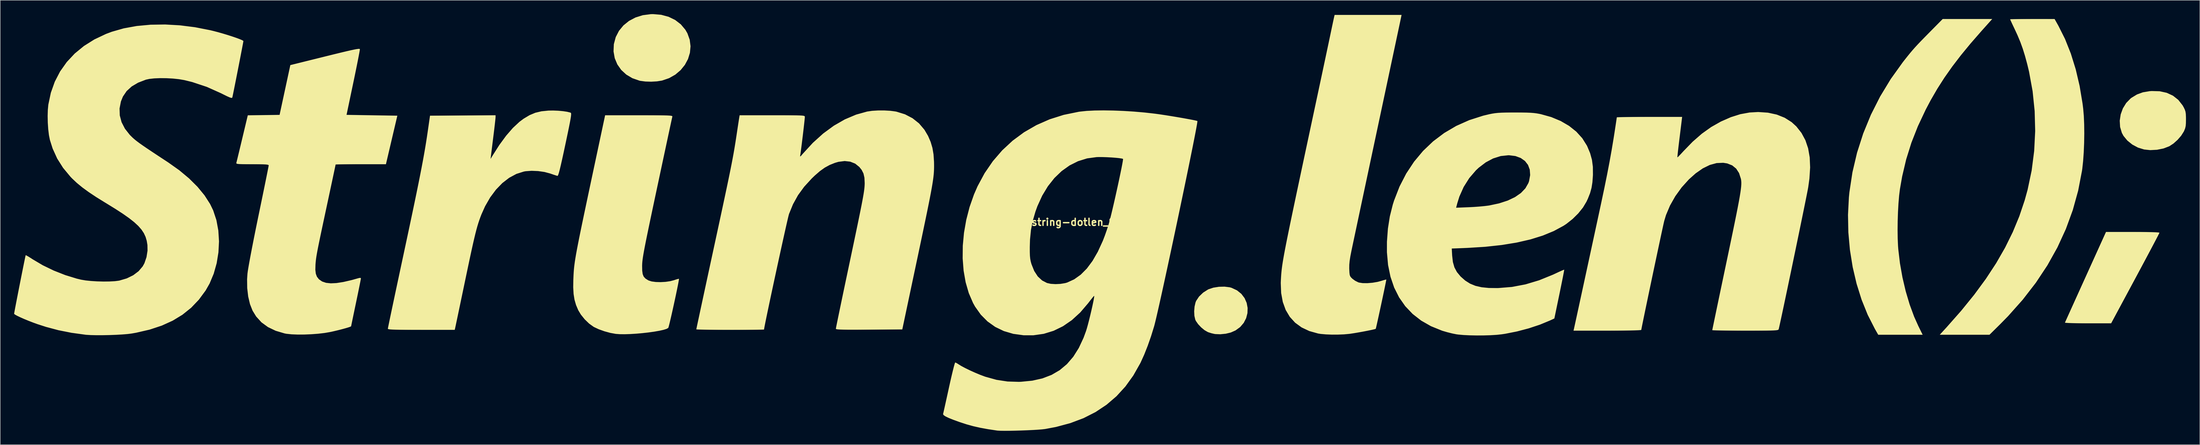
<source format=kicad_pcb>
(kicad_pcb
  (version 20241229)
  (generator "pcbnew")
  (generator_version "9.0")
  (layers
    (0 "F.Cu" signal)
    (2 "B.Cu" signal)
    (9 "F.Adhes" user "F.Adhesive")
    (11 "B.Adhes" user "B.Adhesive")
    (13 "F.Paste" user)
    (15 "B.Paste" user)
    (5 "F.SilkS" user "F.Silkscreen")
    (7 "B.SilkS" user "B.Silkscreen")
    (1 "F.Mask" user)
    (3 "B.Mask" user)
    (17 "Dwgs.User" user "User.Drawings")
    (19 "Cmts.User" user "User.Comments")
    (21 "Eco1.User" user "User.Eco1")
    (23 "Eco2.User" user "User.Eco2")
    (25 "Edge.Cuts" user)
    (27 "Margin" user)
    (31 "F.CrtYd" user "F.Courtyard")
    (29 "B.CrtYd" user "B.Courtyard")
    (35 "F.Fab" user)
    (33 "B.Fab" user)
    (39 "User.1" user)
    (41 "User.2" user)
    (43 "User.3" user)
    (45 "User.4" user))
  (footprint "string-dotlen_90mm_high"
    (layer "F.Cu")
    (at 234.772 44.979)
    (property "Reference" "string-dotlen_90mm_high" (at 0 0 0) (layer "F.SilkS") (effects (font (size 1.524 1.524) (thickness 0.3))))
    (attr board_only exclude_from_pos_files exclude_from_bom)
    (fp_poly (pts (xy -94.916 -44.832) (xy -93.313 -44.403) (xy -91.885 -43.71) (xy -90.665 -42.771) (xy -89.685 -41.606) (xy -89.237 -40.83) (xy -88.737 -39.441) (xy -88.561 -38.025) (xy -88.691 -36.622) (xy -89.105 -35.268) (xy -89.783 -34.005) (xy -90.702 -32.869) (xy -91.844 -31.9) (xy -93.186 -31.137) (xy -94.708 -30.617) (xy -94.737 -30.61) (xy -95.828 -30.436) (xy -97.072 -30.367) (xy -98.318 -30.404) (xy -99.412 -30.548) (xy -99.601 -30.59) (xy -101.13 -31.122) (xy -102.453 -31.908) (xy -103.546 -32.913) (xy -104.384 -34.105) (xy -104.945 -35.448) (xy -105.204 -36.91) (xy -105.139 -38.457) (xy -105.133 -38.498) (xy -104.729 -40.008) (xy -104.03 -41.361) (xy -103.064 -42.534) (xy -101.862 -43.505) (xy -100.454 -44.25) (xy -98.871 -44.745) (xy -97.143 -44.969) (xy -96.661 -44.979)) (stroke (width 0) (type solid)) (fill yes) (layer "F.SilkS"))
    (fp_poly (pts (xy 27.975 14.082) (xy 28.367 14.189) (xy 29.557 14.743) (xy 30.501 15.503) (xy 31.198 16.421) (xy 31.65 17.452) (xy 31.857 18.548) (xy 31.82 19.665) (xy 31.539 20.756) (xy 31.016 21.773) (xy 30.251 22.672) (xy 29.245 23.405) (xy 28.222 23.857) (xy 27.132 24.12) (xy 25.956 24.238) (xy 24.873 24.196) (xy 24.694 24.169) (xy 24.024 24.014) (xy 23.366 23.804) (xy 23.243 23.756) (xy 22.543 23.352) (xy 21.814 22.751) (xy 21.157 22.053) (xy 20.673 21.359) (xy 20.538 21.073) (xy 20.352 20.262) (xy 20.303 19.276) (xy 20.386 18.259) (xy 20.594 17.359) (xy 20.727 17.027) (xy 21.351 16.089) (xy 22.231 15.242) (xy 23.273 14.576) (xy 23.434 14.499) (xy 24.456 14.161) (xy 25.646 13.973) (xy 26.865 13.944)) (stroke (width 0) (type solid)) (fill yes) (layer "F.SilkS"))
    (fp_poly (pts (xy 224.781 2.122) (xy 226.162 2.136) (xy 227.294 2.159) (xy 228.152 2.191) (xy 228.711 2.23) (xy 228.947 2.275) (xy 228.953 2.284) (xy 228.871 2.465) (xy 228.637 2.929) (xy 228.263 3.65) (xy 227.764 4.601) (xy 227.154 5.755) (xy 226.448 7.085) (xy 225.66 8.564) (xy 224.803 10.165) (xy 223.893 11.862) (xy 223.732 12.162) (xy 218.511 21.872) (xy 213.487 21.872) (xy 212.2 21.867) (xy 211.039 21.853) (xy 210.048 21.831) (xy 209.269 21.802) (xy 208.747 21.769) (xy 208.525 21.731) (xy 208.521 21.723) (xy 208.603 21.54) (xy 208.817 21.063) (xy 209.151 20.322) (xy 209.593 19.344) (xy 210.13 18.158) (xy 210.748 16.791) (xy 211.436 15.272) (xy 212.179 13.63) (xy 212.967 11.891) (xy 212.988 11.845) (xy 217.396 2.117) (xy 223.174 2.117)) (stroke (width 0) (type solid)) (fill yes) (layer "F.SilkS"))
    (fp_poly (pts (xy 228.994 -28.301) (xy 230.533 -27.962) (xy 231.88 -27.338) (xy 233.022 -26.437) (xy 233.946 -25.265) (xy 234.2 -24.821) (xy 234.434 -24.336) (xy 234.578 -23.892) (xy 234.654 -23.378) (xy 234.682 -22.68) (xy 234.685 -22.225) (xy 234.672 -21.383) (xy 234.621 -20.776) (xy 234.508 -20.287) (xy 234.313 -19.797) (xy 234.2 -19.56) (xy 233.643 -18.682) (xy 232.868 -17.792) (xy 231.984 -17.001) (xy 231.102 -16.421) (xy 231.082 -16.411) (xy 229.84 -15.934) (xy 228.422 -15.649) (xy 226.96 -15.572) (xy 225.643 -15.709) (xy 224.31 -16.12) (xy 223.076 -16.781) (xy 222.01 -17.641) (xy 221.181 -18.649) (xy 220.825 -19.304) (xy 220.445 -20.582) (xy 220.367 -21.936) (xy 220.573 -23.297) (xy 221.045 -24.596) (xy 221.764 -25.765) (xy 222.71 -26.734) (xy 222.913 -26.889) (xy 224.097 -27.607) (xy 225.367 -28.071) (xy 226.817 -28.316) (xy 227.277 -28.349)) (stroke (width 0) (type solid)) (fill yes) (layer "F.SilkS"))
    (fp_poly (pts (xy 190.501 -41.345) (xy 188.14 -38.64) (xy 186.037 -36.085) (xy 184.157 -33.63) (xy 182.466 -31.227) (xy 180.93 -28.827) (xy 179.515 -26.383) (xy 178.435 -24.342) (xy 176.733 -20.73) (xy 175.333 -17.171) (xy 174.21 -13.585) (xy 173.339 -9.894) (xy 172.856 -7.144) (xy 172.679 -5.714) (xy 172.538 -4.024) (xy 172.434 -2.165) (xy 172.37 -0.226) (xy 172.349 1.702) (xy 172.373 3.527) (xy 172.445 5.158) (xy 172.496 5.829) (xy 172.86 8.892) (xy 173.403 11.954) (xy 174.107 14.945) (xy 174.954 17.794) (xy 175.925 20.432) (xy 176.828 22.445) (xy 177.765 24.342) (xy 168.162 24.342) (xy 167.432 23.063) (xy 165.89 20.037) (xy 164.573 16.775) (xy 163.488 13.319) (xy 162.643 9.712) (xy 162.047 5.997) (xy 161.706 2.217) (xy 161.63 -1.588) (xy 161.825 -5.373) (xy 161.935 -6.471) (xy 162.591 -10.787) (xy 163.589 -15.029) (xy 164.922 -19.18) (xy 166.584 -23.227) (xy 168.57 -27.154) (xy 170.872 -30.947) (xy 173.485 -34.591) (xy 173.815 -35.012) (xy 174.469 -35.835) (xy 175.037 -36.535) (xy 175.568 -37.165) (xy 176.109 -37.778) (xy 176.708 -38.427) (xy 177.413 -39.166) (xy 178.272 -40.046) (xy 179.332 -41.122) (xy 179.352 -41.143) (xy 182.098 -43.921) (xy 192.807 -43.921)) (stroke (width 0) (type solid)) (fill yes) (layer "F.SilkS"))
    (fp_poly (pts (xy 201.48 -43.92) (xy 206.287 -43.919) (xy 207.105 -42.464) (xy 208.545 -39.594) (xy 209.796 -36.45) (xy 210.849 -33.062) (xy 211.695 -29.458) (xy 212.326 -25.668) (xy 212.47 -24.518) (xy 212.604 -22.952) (xy 212.681 -21.133) (xy 212.703 -19.155) (xy 212.671 -17.113) (xy 212.587 -15.102) (xy 212.454 -13.216) (xy 212.273 -11.55) (xy 212.211 -11.112) (xy 211.379 -6.801) (xy 210.217 -2.603) (xy 208.724 1.482) (xy 206.898 5.458) (xy 204.738 9.326) (xy 202.243 13.089) (xy 199.412 16.75) (xy 196.244 20.309) (xy 194.581 22.005) (xy 192.217 24.342) (xy 181.466 24.342) (xy 182.94 22.733) (xy 186.09 19.165) (xy 188.917 15.681) (xy 191.433 12.257) (xy 193.652 8.873) (xy 195.588 5.505) (xy 197.252 2.131) (xy 198.66 -1.271) (xy 199.822 -4.724) (xy 200.456 -7.018) (xy 201.33 -11.17) (xy 201.875 -15.413) (xy 202.091 -19.706) (xy 201.978 -24.013) (xy 201.537 -28.296) (xy 200.768 -32.517) (xy 200.385 -34.112) (xy 199.897 -35.919) (xy 199.408 -37.495) (xy 198.878 -38.958) (xy 198.262 -40.428) (xy 197.635 -41.782) (xy 197.271 -42.546) (xy 196.971 -43.187) (xy 196.762 -43.642) (xy 196.675 -43.849) (xy 196.674 -43.854) (xy 196.842 -43.872) (xy 197.319 -43.887) (xy 198.058 -43.901) (xy 199.013 -43.911) (xy 200.141 -43.917) (xy 201.395 -43.92)) (stroke (width 0) (type solid)) (fill yes) (layer "F.SilkS"))
    (fp_poly (pts (xy -97.915 -23.106) (xy -96.439 -23.103) (xy -95.252 -23.096) (xy -94.326 -23.085) (xy -93.629 -23.067) (xy -93.129 -23.041) (xy -92.796 -23.007) (xy -92.598 -22.962) (xy -92.506 -22.906) (xy -92.487 -22.836) (xy -92.495 -22.798) (xy -92.544 -22.583) (xy -92.662 -22.048) (xy -92.841 -21.219) (xy -93.078 -20.12) (xy -93.367 -18.779) (xy -93.701 -17.219) (xy -94.076 -15.466) (xy -94.487 -13.546) (xy -94.927 -11.484) (xy -95.391 -9.306) (xy -95.796 -7.408) (xy -96.362 -4.747) (xy -96.858 -2.406) (xy -97.288 -0.363) (xy -97.658 1.408) (xy -97.972 2.928) (xy -98.235 4.223) (xy -98.45 5.317) (xy -98.623 6.232) (xy -98.757 6.994) (xy -98.859 7.625) (xy -98.931 8.149) (xy -98.98 8.592) (xy -99.008 8.975) (xy -99.022 9.324) (xy -99.024 9.467) (xy -99.006 10.485) (xy -98.904 11.228) (xy -98.688 11.767) (xy -98.323 12.177) (xy -97.778 12.529) (xy -97.62 12.612) (xy -96.968 12.82) (xy -96.074 12.938) (xy -95.04 12.967) (xy -93.965 12.908) (xy -92.95 12.762) (xy -92.167 12.557) (xy -91.615 12.375) (xy -91.215 12.263) (xy -91.063 12.242) (xy -91.075 12.432) (xy -91.155 12.913) (xy -91.293 13.636) (xy -91.477 14.548) (xy -91.695 15.599) (xy -91.938 16.737) (xy -92.193 17.911) (xy -92.449 19.069) (xy -92.695 20.161) (xy -92.921 21.134) (xy -93.114 21.938) (xy -93.264 22.522) (xy -93.359 22.833) (xy -93.378 22.868) (xy -93.742 23.074) (xy -94.405 23.281) (xy -95.31 23.482) (xy -96.404 23.672) (xy -97.632 23.844) (xy -98.938 23.992) (xy -100.269 24.11) (xy -101.568 24.192) (xy -102.782 24.231) (xy -103.855 24.221) (xy -104.729 24.156) (xy -105.914 23.94) (xy -107.185 23.591) (xy -108.4 23.156) (xy -109.42 22.678) (xy -109.518 22.623) (xy -110.484 21.93) (xy -111.435 21.012) (xy -112.266 19.983) (xy -112.828 19.046) (xy -113.308 17.919) (xy -113.64 16.772) (xy -113.839 15.525) (xy -113.918 14.094) (xy -113.896 12.543) (xy -113.872 11.949) (xy -113.848 11.397) (xy -113.817 10.865) (xy -113.778 10.333) (xy -113.725 9.78) (xy -113.655 9.186) (xy -113.565 8.531) (xy -113.45 7.794) (xy -113.307 6.954) (xy -113.131 5.99) (xy -112.919 4.883) (xy -112.668 3.611) (xy -112.373 2.154) (xy -112.03 0.492) (xy -111.636 -1.397) (xy -111.186 -3.532) (xy -110.678 -5.935) (xy -110.107 -8.625) (xy -109.469 -11.624) (xy -108.921 -14.199) (xy -108.572 -15.838) (xy -108.243 -17.384) (xy -107.941 -18.799) (xy -107.676 -20.048) (xy -107.453 -21.093) (xy -107.282 -21.896) (xy -107.17 -22.423) (xy -107.127 -22.622) (xy -107.024 -23.107) (xy -99.714 -23.107)) (stroke (width 0) (type solid)) (fill yes) (layer "F.SilkS"))
    (fp_poly (pts (xy -117.169 -24.09) (xy -116.123 -23.995) (xy -115.215 -23.858) (xy -114.545 -23.689) (xy -114.473 -23.662) (xy -114.407 -23.602) (xy -114.371 -23.466) (xy -114.371 -23.221) (xy -114.412 -22.838) (xy -114.5 -22.283) (xy -114.64 -21.526) (xy -114.836 -20.535) (xy -115.095 -19.28) (xy -115.421 -17.728) (xy -115.627 -16.757) (xy -116.013 -14.951) (xy -116.338 -13.468) (xy -116.607 -12.283) (xy -116.826 -11.374) (xy -117.002 -10.715) (xy -117.14 -10.284) (xy -117.246 -10.055) (xy -117.316 -10.004) (xy -117.592 -10.078) (xy -118.1 -10.242) (xy -118.741 -10.462) (xy -118.886 -10.513) (xy -120.114 -10.843) (xy -121.506 -11.043) (xy -122.918 -11.102) (xy -124.208 -11.009) (xy -124.578 -10.945) (xy -126.197 -10.433) (xy -127.759 -9.593) (xy -129.241 -8.449) (xy -130.619 -7.025) (xy -131.871 -5.343) (xy -132.972 -3.429) (xy -133.756 -1.676) (xy -133.993 -1.061) (xy -134.214 -0.45) (xy -134.426 0.188) (xy -134.638 0.884) (xy -134.856 1.67) (xy -135.088 2.576) (xy -135.342 3.635) (xy -135.626 4.876) (xy -135.948 6.333) (xy -136.315 8.035) (xy -136.734 10.015) (xy -137.214 12.303) (xy -137.316 12.788) (xy -137.694 14.598) (xy -138.053 16.311) (xy -138.385 17.897) (xy -138.684 19.321) (xy -138.942 20.552) (xy -139.154 21.558) (xy -139.312 22.304) (xy -139.409 22.76) (xy -139.437 22.886) (xy -139.53 23.283) (xy -146.759 23.283) (xy -148.586 23.282) (xy -150.09 23.276) (xy -151.299 23.265) (xy -152.242 23.248) (xy -152.949 23.225) (xy -153.448 23.193) (xy -153.768 23.153) (xy -153.938 23.103) (xy -153.988 23.043) (xy -153.951 22.838) (xy -153.846 22.314) (xy -153.677 21.494) (xy -153.45 20.404) (xy -153.169 19.068) (xy -152.84 17.511) (xy -152.469 15.758) (xy -152.06 13.833) (xy -151.618 11.762) (xy -151.15 9.569) (xy -150.659 7.279) (xy -150.645 7.212) (xy -149.935 3.891) (xy -149.296 0.889) (xy -148.723 -1.819) (xy -148.212 -4.26) (xy -147.757 -6.458) (xy -147.354 -8.44) (xy -146.997 -10.231) (xy -146.681 -11.856) (xy -146.401 -13.341) (xy -146.153 -14.711) (xy -145.931 -15.992) (xy -145.73 -17.21) (xy -145.546 -18.39) (xy -145.373 -19.558) (xy -145.357 -19.667) (xy -144.874 -23.019) (xy -130.704 -23.111) (xy -130.706 -22.712) (xy -130.727 -22.418) (xy -130.787 -21.835) (xy -130.878 -21.025) (xy -130.993 -20.049) (xy -131.125 -18.968) (xy -131.137 -18.874) (xy -131.278 -17.745) (xy -131.411 -16.676) (xy -131.528 -15.739) (xy -131.618 -15.007) (xy -131.674 -14.553) (xy -131.674 -14.552) (xy -131.781 -13.67) (xy -131.375 -14.351) (xy -129.89 -16.685) (xy -128.417 -18.693) (xy -126.963 -20.366) (xy -125.532 -21.699) (xy -124.621 -22.377) (xy -123.347 -23.136) (xy -122.112 -23.652) (xy -120.793 -23.966) (xy -119.278 -24.118) (xy -118.254 -24.134)) (stroke (width 0) (type solid)) (fill yes) (layer "F.SilkS"))
    (fp_poly (pts (xy 65.033 -44.318) (xy 64.986 -44.09) (xy 64.868 -43.537) (xy 64.687 -42.679) (xy 64.444 -41.538) (xy 64.145 -40.132) (xy 63.795 -38.482) (xy 63.396 -36.609) (xy 62.955 -34.532) (xy 62.474 -32.272) (xy 61.959 -29.85) (xy 61.413 -27.284) (xy 60.841 -24.596) (xy 60.247 -21.806) (xy 59.886 -20.108) (xy 59.272 -17.224) (xy 58.672 -14.403) (xy 58.09 -11.668) (xy 57.531 -9.041) (xy 57 -6.545) (xy 56.502 -4.203) (xy 56.042 -2.037) (xy 55.624 -0.069) (xy 55.254 1.677) (xy 54.935 3.178) (xy 54.673 4.413) (xy 54.473 5.359) (xy 54.34 5.993) (xy 54.302 6.174) (xy 54.061 7.399) (xy 53.908 8.379) (xy 53.832 9.209) (xy 53.82 9.983) (xy 53.827 10.2) (xy 53.864 10.926) (xy 53.923 11.4) (xy 54.041 11.722) (xy 54.252 11.993) (xy 54.534 12.262) (xy 55.1 12.674) (xy 55.741 12.995) (xy 55.945 13.063) (xy 56.736 13.181) (xy 57.743 13.19) (xy 58.848 13.099) (xy 59.934 12.916) (xy 60.67 12.723) (xy 61.244 12.547) (xy 61.662 12.43) (xy 61.835 12.398) (xy 61.835 12.398) (xy 61.809 12.577) (xy 61.718 13.049) (xy 61.573 13.763) (xy 61.386 14.669) (xy 61.166 15.715) (xy 60.925 16.85) (xy 60.674 18.024) (xy 60.423 19.185) (xy 60.184 20.282) (xy 59.968 21.264) (xy 59.786 22.08) (xy 59.648 22.68) (xy 59.565 23.011) (xy 59.549 23.06) (xy 59.339 23.134) (xy 58.85 23.251) (xy 58.152 23.4) (xy 57.314 23.566) (xy 56.405 23.736) (xy 55.494 23.897) (xy 54.65 24.036) (xy 53.944 24.139) (xy 53.803 24.158) (xy 52.647 24.261) (xy 51.352 24.312) (xy 50.022 24.314) (xy 48.763 24.265) (xy 47.678 24.169) (xy 47.096 24.078) (xy 45.187 23.543) (xy 43.527 22.76) (xy 42.121 21.735) (xy 40.972 20.473) (xy 40.083 18.979) (xy 39.46 17.259) (xy 39.104 15.319) (xy 39.021 13.163) (xy 39.042 12.612) (xy 39.067 12.139) (xy 39.094 11.687) (xy 39.126 11.24) (xy 39.166 10.783) (xy 39.216 10.3) (xy 39.281 9.776) (xy 39.362 9.194) (xy 39.464 8.539) (xy 39.59 7.796) (xy 39.741 6.948) (xy 39.922 5.98) (xy 40.136 4.876) (xy 40.385 3.62) (xy 40.674 2.197) (xy 41.004 0.591) (xy 41.379 -1.213) (xy 41.802 -3.232) (xy 42.276 -5.481) (xy 42.805 -7.976) (xy 43.391 -10.732) (xy 44.037 -13.765) (xy 44.747 -17.091) (xy 45.523 -20.726) (xy 46.369 -24.685) (xy 46.654 -26.017) (xy 47.08 -28.01) (xy 47.508 -30.015) (xy 47.928 -31.985) (xy 48.329 -33.873) (xy 48.703 -35.63) (xy 49.038 -37.211) (xy 49.326 -38.568) (xy 49.555 -39.654) (xy 49.655 -40.128) (xy 49.895 -41.274) (xy 50.116 -42.321) (xy 50.306 -43.215) (xy 50.453 -43.899) (xy 50.545 -44.319) (xy 50.565 -44.406) (xy 50.662 -44.803) (xy 65.132 -44.803)) (stroke (width 0) (type solid)) (fill yes) (layer "F.SilkS"))
    (fp_poly (pts (xy 91.065 -23.703) (xy 92.151 -23.686) (xy 93.019 -23.65) (xy 93.738 -23.593) (xy 94.375 -23.51) (xy 94.998 -23.396) (xy 95.251 -23.342) (xy 97.492 -22.716) (xy 99.53 -21.866) (xy 101.343 -20.81) (xy 102.904 -19.564) (xy 104.192 -18.145) (xy 105.182 -16.569) (xy 105.274 -16.381) (xy 105.893 -14.901) (xy 106.288 -13.469) (xy 106.483 -11.966) (xy 106.499 -10.276) (xy 106.491 -10.083) (xy 106.388 -8.64) (xy 106.194 -7.415) (xy 105.88 -6.275) (xy 105.411 -5.091) (xy 105.103 -4.429) (xy 104.35 -3.169) (xy 103.329 -1.898) (xy 102.11 -0.693) (xy 100.767 0.371) (xy 100.136 0.787) (xy 98.037 1.92) (xy 95.659 2.9) (xy 92.995 3.729) (xy 90.039 4.409) (xy 86.782 4.941) (xy 83.217 5.327) (xy 79.338 5.569) (xy 79.042 5.581) (xy 75.983 5.701) (xy 76.066 7.216) (xy 76.224 8.615) (xy 76.555 9.774) (xy 77.092 10.782) (xy 77.872 11.724) (xy 77.938 11.791) (xy 78.903 12.641) (xy 79.94 13.295) (xy 81.097 13.768) (xy 82.427 14.074) (xy 83.981 14.23) (xy 85.809 14.25) (xy 86.078 14.243) (xy 89.007 14.004) (xy 91.924 13.449) (xy 94.861 12.569) (xy 97.848 11.358) (xy 98.408 11.097) (xy 99.135 10.758) (xy 99.734 10.489) (xy 100.141 10.319) (xy 100.291 10.274) (xy 100.268 10.451) (xy 100.181 10.932) (xy 100.039 11.673) (xy 99.849 12.632) (xy 99.62 13.767) (xy 99.36 15.035) (xy 99.249 15.572) (xy 98.159 20.822) (xy 97.225 21.255) (xy 95.04 22.157) (xy 92.622 22.958) (xy 90.088 23.627) (xy 87.55 24.129) (xy 86.751 24.25) (xy 85.648 24.366) (xy 84.321 24.446) (xy 82.857 24.489) (xy 81.346 24.496) (xy 79.875 24.467) (xy 78.532 24.402) (xy 77.405 24.302) (xy 76.929 24.235) (xy 76.045 24.055) (xy 75.021 23.798) (xy 74.048 23.515) (xy 73.843 23.448) (xy 71.485 22.491) (xy 69.378 21.289) (xy 67.526 19.847) (xy 65.931 18.172) (xy 64.599 16.269) (xy 63.533 14.145) (xy 62.736 11.806) (xy 62.213 9.259) (xy 61.967 6.508) (xy 61.97 4.233) (xy 62.18 1.399) (xy 62.594 -1.238) (xy 63.066 -3.121) (xy 76.925 -3.121) (xy 79.693 -3.231) (xy 80.813 -3.289) (xy 81.965 -3.374) (xy 83.031 -3.474) (xy 83.896 -3.581) (xy 84.094 -3.611) (xy 86.222 -4.064) (xy 88.077 -4.667) (xy 89.648 -5.413) (xy 90.923 -6.296) (xy 91.891 -7.308) (xy 92.54 -8.442) (xy 92.694 -8.878) (xy 92.928 -10.175) (xy 92.844 -11.348) (xy 92.463 -12.372) (xy 91.806 -13.222) (xy 90.892 -13.87) (xy 89.744 -14.292) (xy 88.381 -14.462) (xy 88.199 -14.464) (xy 86.557 -14.29) (xy 84.928 -13.775) (xy 83.338 -12.932) (xy 81.814 -11.774) (xy 81.212 -11.209) (xy 79.766 -9.528) (xy 78.561 -7.618) (xy 77.63 -5.537) (xy 77.182 -4.104) (xy 76.925 -3.121) (xy 63.066 -3.121) (xy 63.23 -3.776) (xy 63.514 -4.674) (xy 64.691 -7.7) (xy 66.134 -10.502) (xy 67.831 -13.07) (xy 69.773 -15.394) (xy 71.948 -17.465) (xy 74.346 -19.272) (xy 76.956 -20.807) (xy 79.768 -22.059) (xy 82.77 -23.019) (xy 84.038 -23.323) (xy 84.696 -23.456) (xy 85.322 -23.555) (xy 85.986 -23.625) (xy 86.757 -23.67) (xy 87.703 -23.696) (xy 88.894 -23.707) (xy 89.694 -23.708)) (stroke (width 0) (type solid)) (fill yes) (layer "F.SilkS"))
    (fp_poly (pts (xy -160.125 -37.463) (xy -160.037 -37.419) (xy -160.032 -37.402) (xy -160.058 -37.174) (xy -160.15 -36.641) (xy -160.301 -35.838) (xy -160.502 -34.805) (xy -160.748 -33.581) (xy -161.029 -32.202) (xy -161.338 -30.708) (xy -161.452 -30.163) (xy -162.915 -23.195) (xy -157.425 -23.107) (xy -151.936 -23.019) (xy -153.169 -17.771) (xy -154.402 -12.524) (xy -159.839 -12.524) (xy -161.184 -12.522) (xy -162.407 -12.516) (xy -163.467 -12.507) (xy -164.321 -12.496) (xy -164.927 -12.483) (xy -165.241 -12.468) (xy -165.276 -12.461) (xy -165.312 -12.281) (xy -165.415 -11.79) (xy -165.578 -11.021) (xy -165.793 -10.009) (xy -166.053 -8.786) (xy -166.352 -7.387) (xy -166.682 -5.845) (xy -167.035 -4.194) (xy -167.05 -4.126) (xy -167.538 -1.847) (xy -167.958 0.117) (xy -168.314 1.793) (xy -168.613 3.211) (xy -168.859 4.4) (xy -169.059 5.388) (xy -169.218 6.205) (xy -169.341 6.879) (xy -169.435 7.438) (xy -169.504 7.913) (xy -169.555 8.332) (xy -169.593 8.723) (xy -169.624 9.116) (xy -169.629 9.185) (xy -169.659 10.296) (xy -169.56 11.142) (xy -169.317 11.794) (xy -168.91 12.319) (xy -168.844 12.382) (xy -168.186 12.834) (xy -167.353 13.116) (xy -166.323 13.227) (xy -165.074 13.166) (xy -163.582 12.932) (xy -161.825 12.525) (xy -160.205 12.071) (xy -159.884 12.046) (xy -159.808 12.154) (xy -159.843 12.372) (xy -159.942 12.89) (xy -160.096 13.664) (xy -160.296 14.647) (xy -160.532 15.796) (xy -160.796 17.064) (xy -160.867 17.403) (xy -161.135 18.687) (xy -161.379 19.854) (xy -161.588 20.861) (xy -161.755 21.665) (xy -161.869 22.223) (xy -161.922 22.491) (xy -161.925 22.508) (xy -162.087 22.601) (xy -162.529 22.754) (xy -163.19 22.95) (xy -164.006 23.172) (xy -164.914 23.401) (xy -165.851 23.621) (xy -166.421 23.746) (xy -167.641 23.957) (xy -169.041 24.121) (xy -170.537 24.234) (xy -172.049 24.296) (xy -173.497 24.302) (xy -174.799 24.25) (xy -175.875 24.138) (xy -176.29 24.062) (xy -178.232 23.486) (xy -179.904 22.685) (xy -181.31 21.656) (xy -182.454 20.397) (xy -183.23 19.133) (xy -183.785 17.728) (xy -184.174 16.081) (xy -184.387 14.263) (xy -184.414 12.349) (xy -184.331 11.125) (xy -184.254 10.557) (xy -184.111 9.679) (xy -183.906 8.525) (xy -183.648 7.132) (xy -183.342 5.534) (xy -182.996 3.765) (xy -182.616 1.861) (xy -182.208 -0.143) (xy -181.933 -1.476) (xy -181.543 -3.359) (xy -181.175 -5.142) (xy -180.835 -6.796) (xy -180.53 -8.288) (xy -180.266 -9.59) (xy -180.049 -10.67) (xy -179.885 -11.498) (xy -179.78 -12.044) (xy -179.74 -12.276) (xy -179.74 -12.28) (xy -179.798 -12.365) (xy -179.997 -12.428) (xy -180.379 -12.473) (xy -180.985 -12.502) (xy -181.854 -12.518) (xy -183.028 -12.523) (xy -183.28 -12.524) (xy -184.482 -12.526) (xy -185.375 -12.534) (xy -186.003 -12.553) (xy -186.409 -12.586) (xy -186.638 -12.637) (xy -186.732 -12.71) (xy -186.736 -12.81) (xy -186.73 -12.832) (xy -186.668 -13.078) (xy -186.534 -13.621) (xy -186.342 -14.414) (xy -186.101 -15.412) (xy -185.823 -16.568) (xy -185.519 -17.836) (xy -185.451 -18.12) (xy -184.261 -23.1) (xy -180.825 -23.147) (xy -177.388 -23.195) (xy -176.227 -28.575) (xy -175.066 -33.955) (xy -167.569 -35.814) (xy -165.729 -36.269) (xy -164.203 -36.641) (xy -162.965 -36.936) (xy -161.986 -37.161) (xy -161.24 -37.32) (xy -160.699 -37.419) (xy -160.337 -37.465)) (stroke (width 0) (type solid)) (fill yes) (layer "F.SilkS"))
    (fp_poly (pts (xy -198.938 -42.553) (xy -195.667 -42.141) (xy -192.387 -41.497) (xy -191.752 -41.345) (xy -190.729 -41.079) (xy -189.658 -40.775) (xy -188.592 -40.453) (xy -187.585 -40.129) (xy -186.69 -39.822) (xy -185.961 -39.549) (xy -185.453 -39.329) (xy -185.218 -39.18) (xy -185.208 -39.157) (xy -185.241 -38.951) (xy -185.334 -38.449) (xy -185.476 -37.698) (xy -185.659 -36.747) (xy -185.872 -35.645) (xy -186.107 -34.441) (xy -186.354 -33.183) (xy -186.602 -31.92) (xy -186.843 -30.701) (xy -187.067 -29.575) (xy -187.265 -28.589) (xy -187.426 -27.794) (xy -187.541 -27.238) (xy -187.602 -26.969) (xy -187.604 -26.96) (xy -187.684 -26.869) (xy -187.873 -26.872) (xy -188.216 -26.986) (xy -188.759 -27.229) (xy -189.545 -27.615) (xy -190.025 -27.858) (xy -193.107 -29.24) (xy -196.274 -30.291) (xy -197.997 -30.714) (xy -199.149 -30.91) (xy -200.454 -31.047) (xy -201.827 -31.122) (xy -203.186 -31.135) (xy -204.444 -31.086) (xy -205.518 -30.972) (xy -206.278 -30.809) (xy -207.969 -30.157) (xy -209.355 -29.338) (xy -210.445 -28.342) (xy -211.247 -27.162) (xy -211.683 -26.095) (xy -211.981 -24.577) (xy -211.932 -23.077) (xy -211.542 -21.612) (xy -210.816 -20.201) (xy -209.761 -18.861) (xy -209.197 -18.303) (xy -208.872 -18.011) (xy -208.514 -17.712) (xy -208.092 -17.383) (xy -207.575 -17.003) (xy -206.934 -16.552) (xy -206.138 -16.007) (xy -205.156 -15.349) (xy -203.958 -14.555) (xy -202.514 -13.604) (xy -201.436 -12.896) (xy -199.059 -11.211) (xy -196.95 -9.452) (xy -195.127 -7.639) (xy -193.608 -5.791) (xy -192.41 -3.926) (xy -191.74 -2.543) (xy -191.045 -0.442) (xy -190.629 1.811) (xy -190.484 4.155) (xy -190.606 6.532) (xy -190.988 8.882) (xy -191.626 11.146) (xy -192.513 13.265) (xy -193.373 14.776) (xy -194.834 16.758) (xy -196.496 18.499) (xy -198.376 20.008) (xy -200.488 21.294) (xy -202.85 22.365) (xy -205.476 23.232) (xy -208.383 23.903) (xy -209.374 24.078) (xy -210.261 24.189) (xy -211.415 24.283) (xy -212.749 24.358) (xy -214.179 24.411) (xy -215.619 24.439) (xy -216.985 24.441) (xy -218.191 24.415) (xy -219.152 24.358) (xy -219.34 24.339) (xy -222.359 23.924) (xy -225.166 23.368) (xy -227.882 22.645) (xy -229.699 22.058) (xy -230.684 21.703) (xy -231.674 21.319) (xy -232.614 20.931) (xy -233.449 20.562) (xy -234.123 20.239) (xy -234.582 19.984) (xy -234.77 19.822) (xy -234.772 19.811) (xy -234.738 19.593) (xy -234.645 19.081) (xy -234.503 18.323) (xy -234.319 17.366) (xy -234.104 16.257) (xy -233.867 15.042) (xy -233.617 13.771) (xy -233.363 12.488) (xy -233.116 11.242) (xy -232.883 10.079) (xy -232.675 9.046) (xy -232.5 8.192) (xy -232.368 7.562) (xy -232.289 7.204) (xy -232.27 7.139) (xy -232.107 7.203) (xy -231.715 7.426) (xy -231.161 7.77) (xy -230.713 8.06) (xy -228.569 9.326) (xy -226.197 10.472) (xy -223.714 11.449) (xy -221.237 12.209) (xy -220.31 12.433) (xy -219.336 12.598) (xy -218.142 12.722) (xy -216.823 12.803) (xy -215.468 12.839) (xy -214.172 12.826) (xy -213.027 12.765) (xy -212.124 12.651) (xy -212.019 12.63) (xy -210.416 12.158) (xy -209.02 11.474) (xy -207.865 10.602) (xy -206.985 9.567) (xy -206.61 8.892) (xy -206.155 7.57) (xy -205.933 6.164) (xy -205.954 4.939) (xy -206.106 4.027) (xy -206.357 3.183) (xy -206.729 2.382) (xy -207.247 1.601) (xy -207.935 0.815) (xy -208.817 0.000306) (xy -209.917 -0.867) (xy -211.259 -1.812) (xy -212.867 -2.857) (xy -214.765 -4.027) (xy -215.105 -4.232) (xy -217.023 -5.42) (xy -218.656 -6.506) (xy -220.044 -7.521) (xy -221.229 -8.495) (xy -222.252 -9.46) (xy -222.589 -9.811) (xy -224.187 -11.735) (xy -225.463 -13.753) (xy -226.445 -15.914) (xy -227.038 -17.784) (xy -227.245 -18.822) (xy -227.398 -20.099) (xy -227.492 -21.508) (xy -227.522 -22.94) (xy -227.483 -24.286) (xy -227.374 -25.42) (xy -226.832 -27.972) (xy -225.982 -30.363) (xy -224.832 -32.581) (xy -223.392 -34.614) (xy -221.672 -36.452) (xy -219.682 -38.084) (xy -217.432 -39.498) (xy -214.931 -40.683) (xy -213.647 -41.166) (xy -211.069 -41.902) (xy -208.266 -42.41) (xy -205.281 -42.688) (xy -202.157 -42.736)) (stroke (width 0) (type solid)) (fill yes) (layer "F.SilkS"))
    (fp_poly (pts (xy 144.311 -23.672) (xy 146.229 -23.256) (xy 147.946 -22.57) (xy 149.447 -21.621) (xy 150.466 -20.691) (xy 151.572 -19.29) (xy 152.42 -17.718) (xy 153.013 -15.961) (xy 153.354 -14.004) (xy 153.446 -11.83) (xy 153.292 -9.424) (xy 153.037 -7.579) (xy 152.955 -7.127) (xy 152.809 -6.375) (xy 152.606 -5.353) (xy 152.352 -4.094) (xy 152.055 -2.629) (xy 151.72 -0.989) (xy 151.354 0.794) (xy 150.964 2.688) (xy 150.556 4.661) (xy 150.137 6.683) (xy 149.713 8.721) (xy 149.292 10.744) (xy 148.878 12.719) (xy 148.481 14.617) (xy 148.104 16.404) (xy 147.757 18.05) (xy 147.444 19.523) (xy 147.172 20.791) (xy 146.949 21.822) (xy 146.78 22.585) (xy 146.672 23.048) (xy 146.645 23.151) (xy 146.603 23.228) (xy 146.506 23.291) (xy 146.32 23.342) (xy 146.013 23.381) (xy 145.555 23.41) (xy 144.911 23.432) (xy 144.051 23.446) (xy 142.941 23.454) (xy 141.551 23.458) (xy 139.846 23.46) (xy 139.424 23.46) (xy 137.876 23.457) (xy 136.444 23.449) (xy 135.165 23.438) (xy 134.076 23.422) (xy 133.213 23.403) (xy 132.615 23.381) (xy 132.318 23.358) (xy 132.292 23.348) (xy 132.327 23.162) (xy 132.43 22.657) (xy 132.595 21.859) (xy 132.816 20.795) (xy 133.088 19.489) (xy 133.405 17.97) (xy 133.762 16.261) (xy 134.154 14.391) (xy 134.576 12.385) (xy 135.02 10.268) (xy 135.191 9.458) (xy 135.789 6.612) (xy 136.316 4.09) (xy 136.778 1.869) (xy 137.176 -0.072) (xy 137.516 -1.755) (xy 137.801 -3.202) (xy 138.035 -4.435) (xy 138.221 -5.475) (xy 138.363 -6.344) (xy 138.466 -7.063) (xy 138.533 -7.656) (xy 138.568 -8.143) (xy 138.574 -8.545) (xy 138.555 -8.886) (xy 138.516 -9.186) (xy 138.481 -9.371) (xy 138.081 -10.609) (xy 137.456 -11.575) (xy 136.605 -12.27) (xy 135.526 -12.697) (xy 134.652 -12.834) (xy 133.23 -12.773) (xy 131.758 -12.369) (xy 130.245 -11.626) (xy 128.701 -10.549) (xy 127.255 -9.26) (xy 125.678 -7.518) (xy 124.297 -5.603) (xy 123.153 -3.582) (xy 122.287 -1.527) (xy 121.907 -0.265) (xy 121.818 0.118) (xy 121.668 0.791) (xy 121.466 1.722) (xy 121.217 2.875) (xy 120.93 4.216) (xy 120.611 5.709) (xy 120.269 7.321) (xy 119.91 9.017) (xy 119.541 10.761) (xy 119.171 12.52) (xy 118.806 14.258) (xy 118.453 15.941) (xy 118.121 17.534) (xy 117.815 19.002) (xy 117.544 20.312) (xy 117.315 21.427) (xy 117.134 22.314) (xy 117.011 22.938) (xy 116.95 23.264) (xy 116.946 23.301) (xy 116.775 23.337) (xy 116.282 23.37) (xy 115.5 23.399) (xy 114.46 23.423) (xy 113.194 23.441) (xy 111.733 23.454) (xy 110.108 23.459) (xy 109.622 23.46) (xy 102.299 23.46) (xy 102.394 23.063) (xy 102.448 22.817) (xy 102.571 22.259) (xy 102.754 21.418) (xy 102.992 20.326) (xy 103.276 19.015) (xy 103.601 17.516) (xy 103.96 15.861) (xy 104.346 14.08) (xy 104.752 12.205) (xy 105.171 10.268) (xy 105.597 8.3) (xy 106.023 6.331) (xy 106.441 4.395) (xy 106.846 2.521) (xy 107.23 0.742) (xy 107.587 -0.911) (xy 107.909 -2.408) (xy 108.191 -3.715) (xy 108.302 -4.233) (xy 108.977 -7.427) (xy 109.568 -10.345) (xy 110.087 -13.05) (xy 110.546 -15.607) (xy 110.958 -18.079) (xy 111.122 -19.118) (xy 111.285 -20.179) (xy 111.428 -21.116) (xy 111.543 -21.877) (xy 111.62 -22.406) (xy 111.654 -22.649) (xy 111.654 -22.658) (xy 111.824 -22.679) (xy 112.31 -22.698) (xy 113.074 -22.716) (xy 114.078 -22.73) (xy 115.286 -22.742) (xy 116.661 -22.75) (xy 118.164 -22.754) (xy 118.716 -22.754) (xy 125.777 -22.754) (xy 125.677 -21.916) (xy 125.624 -21.48) (xy 125.536 -20.764) (xy 125.422 -19.838) (xy 125.291 -18.774) (xy 125.15 -17.64) (xy 125.141 -17.566) (xy 125.011 -16.497) (xy 124.902 -15.553) (xy 124.818 -14.789) (xy 124.767 -14.259) (xy 124.753 -14.014) (xy 124.755 -14.004) (xy 124.886 -14.105) (xy 125.2 -14.419) (xy 125.648 -14.892) (xy 126.059 -15.34) (xy 128.052 -17.392) (xy 130.038 -19.123) (xy 132.053 -20.562) (xy 134.134 -21.739) (xy 134.167 -21.756) (xy 136.309 -22.696) (xy 138.35 -23.342) (xy 140.357 -23.708) (xy 142.209 -23.812)) (stroke (width 0) (type solid)) (fill yes) (layer "F.SilkS"))
    (fp_poly (pts (xy -45.365 -24.074) (xy -44.243 -23.924) (xy -44.044 -23.884) (xy -42.199 -23.312) (xy -40.572 -22.465) (xy -39.17 -21.352) (xy -38.003 -19.977) (xy -37.22 -18.647) (xy -36.661 -17.355) (xy -36.274 -16.056) (xy -36.036 -14.651) (xy -35.93 -13.044) (xy -35.919 -12.347) (xy -35.92 -11.848) (xy -35.931 -11.36) (xy -35.956 -10.859) (xy -35.997 -10.325) (xy -36.061 -9.733) (xy -36.15 -9.061) (xy -36.269 -8.288) (xy -36.422 -7.39) (xy -36.613 -6.344) (xy -36.846 -5.129) (xy -37.126 -3.721) (xy -37.455 -2.098) (xy -37.84 -0.237) (xy -38.282 1.883) (xy -38.787 4.287) (xy -39.359 6.995) (xy -39.839 9.26) (xy -42.789 23.195) (xy -49.97 23.241) (xy -51.797 23.251) (xy -53.301 23.255) (xy -54.509 23.251) (xy -55.449 23.24) (xy -56.152 23.22) (xy -56.644 23.191) (xy -56.956 23.152) (xy -57.114 23.102) (xy -57.15 23.053) (xy -57.114 22.847) (xy -57.011 22.322) (xy -56.846 21.508) (xy -56.625 20.43) (xy -56.353 19.117) (xy -56.037 17.596) (xy -55.682 15.894) (xy -55.293 14.039) (xy -54.876 12.058) (xy -54.437 9.979) (xy -54.431 9.947) (xy -53.843 7.165) (xy -53.325 4.704) (xy -52.872 2.544) (xy -52.479 0.66) (xy -52.143 -0.969) (xy -51.858 -2.368) (xy -51.621 -3.557) (xy -51.428 -4.56) (xy -51.273 -5.4) (xy -51.153 -6.099) (xy -51.063 -6.68) (xy -50.999 -7.166) (xy -50.957 -7.58) (xy -50.932 -7.944) (xy -50.919 -8.28) (xy -50.917 -8.467) (xy -50.971 -9.611) (xy -51.18 -10.524) (xy -51.576 -11.305) (xy -52.08 -11.935) (xy -52.973 -12.654) (xy -54.043 -13.08) (xy -55.259 -13.211) (xy -56.593 -13.04) (xy -57.337 -12.826) (xy -58.478 -12.37) (xy -59.538 -11.791) (xy -60.592 -11.039) (xy -61.713 -10.064) (xy -62.364 -9.437) (xy -63.998 -7.652) (xy -65.331 -5.823) (xy -66.412 -3.87) (xy -67.273 -1.764) (xy -67.357 -1.457) (xy -67.506 -0.846) (xy -67.711 0.035) (xy -67.965 1.153) (xy -68.26 2.473) (xy -68.591 3.961) (xy -68.948 5.582) (xy -69.324 7.302) (xy -69.713 9.087) (xy -70.106 10.903) (xy -70.497 12.715) (xy -70.878 14.49) (xy -71.241 16.192) (xy -71.579 17.789) (xy -71.885 19.245) (xy -72.152 20.526) (xy -72.371 21.598) (xy -72.536 22.426) (xy -72.639 22.978) (xy -72.672 23.213) (xy -72.843 23.228) (xy -73.329 23.242) (xy -74.095 23.255) (xy -75.103 23.265) (xy -76.318 23.274) (xy -77.703 23.28) (xy -79.22 23.283) (xy -79.992 23.283) (xy -81.561 23.281) (xy -83.014 23.273) (xy -84.316 23.262) (xy -85.429 23.247) (xy -86.317 23.228) (xy -86.944 23.208) (xy -87.272 23.185) (xy -87.312 23.173) (xy -87.276 22.988) (xy -87.17 22.483) (xy -87 21.681) (xy -86.77 20.606) (xy -86.487 19.282) (xy -86.154 17.734) (xy -85.778 15.984) (xy -85.363 14.058) (xy -84.915 11.978) (xy -84.438 9.77) (xy -83.938 7.457) (xy -83.799 6.813) (xy -83.128 3.709) (xy -82.527 0.925) (xy -81.991 -1.563) (xy -81.516 -3.78) (xy -81.096 -5.748) (xy -80.726 -7.494) (xy -80.402 -9.041) (xy -80.119 -10.414) (xy -79.871 -11.636) (xy -79.655 -12.733) (xy -79.465 -13.728) (xy -79.295 -14.646) (xy -79.142 -15.512) (xy -79.001 -16.349) (xy -78.866 -17.182) (xy -78.732 -18.035) (xy -78.596 -18.933) (xy -78.499 -19.579) (xy -78.359 -20.509) (xy -78.229 -21.361) (xy -78.123 -22.049) (xy -78.053 -22.488) (xy -78.045 -22.534) (xy -77.948 -23.107) (xy -70.9 -23.107) (xy -69.14 -23.107) (xy -67.701 -23.105) (xy -66.549 -23.099) (xy -65.654 -23.089) (xy -64.983 -23.071) (xy -64.503 -23.046) (xy -64.183 -23.01) (xy -63.99 -22.962) (xy -63.892 -22.901) (xy -63.857 -22.824) (xy -63.853 -22.736) (xy -63.874 -22.45) (xy -63.932 -21.877) (xy -64.019 -21.084) (xy -64.128 -20.133) (xy -64.251 -19.09) (xy -64.381 -18.019) (xy -64.508 -16.984) (xy -64.626 -16.049) (xy -64.728 -15.279) (xy -64.804 -14.738) (xy -64.835 -14.552) (xy -64.878 -14.272) (xy -64.837 -14.197) (xy -64.667 -14.349) (xy -64.323 -14.748) (xy -64.265 -14.817) (xy -62.123 -17.146) (xy -59.891 -19.162) (xy -57.579 -20.856) (xy -55.201 -22.221) (xy -52.766 -23.25) (xy -50.394 -23.912) (xy -49.319 -24.068) (xy -48.034 -24.147) (xy -46.672 -24.149)) (stroke (width 0) (type solid)) (fill yes) (layer "F.SilkS"))
    (fp_poly (pts (xy 2.836 -24.131) (xy 5.052 -24.043) (xy 7.314 -23.901) (xy 9.562 -23.706) (xy 11.736 -23.461) (xy 12.435 -23.368) (xy 13.417 -23.226) (xy 14.517 -23.056) (xy 15.682 -22.867) (xy 16.855 -22.67) (xy 17.981 -22.475) (xy 19.007 -22.289) (xy 19.876 -22.125) (xy 20.533 -21.99) (xy 20.924 -21.895) (xy 21.001 -21.866) (xy 20.993 -21.68) (xy 20.915 -21.174) (xy 20.773 -20.373) (xy 20.571 -19.302) (xy 20.315 -17.986) (xy 20.011 -16.449) (xy 19.662 -14.717) (xy 19.275 -12.814) (xy 18.855 -10.766) (xy 18.407 -8.596) (xy 17.936 -6.331) (xy 17.448 -3.994) (xy 16.948 -1.611) (xy 16.44 0.794) (xy 15.931 3.195) (xy 15.425 5.569) (xy 14.928 7.888) (xy 14.445 10.131) (xy 13.981 12.27) (xy 13.542 14.281) (xy 13.132 16.14) (xy 12.757 17.822) (xy 12.422 19.301) (xy 12.133 20.554) (xy 11.894 21.554) (xy 11.712 22.277) (xy 11.645 22.521) (xy 10.986 24.656) (xy 10.26 26.728) (xy 9.502 28.645) (xy 8.746 30.315) (xy 8.646 30.515) (xy 7.146 33.16) (xy 5.438 35.532) (xy 3.514 37.634) (xy 1.368 39.472) (xy -1.006 41.051) (xy -3.617 42.376) (xy -6.47 43.45) (xy -9.573 44.28) (xy -11.906 44.719) (xy -12.547 44.795) (xy -13.45 44.868) (xy -14.548 44.935) (xy -15.776 44.995) (xy -17.068 45.044) (xy -18.358 45.081) (xy -19.581 45.105) (xy -20.669 45.111) (xy -21.558 45.1) (xy -22.182 45.068) (xy -22.313 45.053) (xy -24.245 44.763) (xy -25.918 44.458) (xy -27.428 44.118) (xy -28.869 43.719) (xy -30.336 43.242) (xy -30.452 43.202) (xy -31.77 42.724) (xy -32.764 42.324) (xy -33.451 41.994) (xy -33.848 41.725) (xy -33.974 41.507) (xy -33.968 41.47) (xy -33.912 41.233) (xy -33.79 40.695) (xy -33.612 39.901) (xy -33.389 38.894) (xy -33.13 37.718) (xy -32.844 36.418) (xy -32.701 35.763) (xy -32.406 34.434) (xy -32.127 33.223) (xy -31.875 32.172) (xy -31.66 31.32) (xy -31.492 30.711) (xy -31.382 30.384) (xy -31.351 30.339) (xy -31.107 30.433) (xy -30.733 30.663) (xy -30.694 30.69) (xy -30.067 31.08) (xy -29.193 31.547) (xy -28.159 32.05) (xy -27.051 32.55) (xy -25.955 33.006) (xy -24.956 33.379) (xy -24.822 33.425) (xy -22.421 34.09) (xy -20.053 34.451) (xy -17.603 34.525) (xy -17.11 34.508) (xy -14.683 34.269) (xy -12.489 33.777) (xy -10.518 33.022) (xy -8.758 31.996) (xy -7.199 30.69) (xy -5.828 29.096) (xy -4.636 27.204) (xy -3.61 25.007) (xy -3.065 23.523) (xy -2.877 22.911) (xy -2.655 22.108) (xy -2.413 21.173) (xy -2.165 20.166) (xy -1.924 19.145) (xy -1.704 18.171) (xy -1.519 17.302) (xy -1.382 16.597) (xy -1.308 16.117) (xy -1.308 15.919) (xy -1.427 16.031) (xy -1.714 16.373) (xy -2.127 16.891) (xy -2.623 17.532) (xy -2.624 17.535) (xy -4.321 19.521) (xy -6.131 21.176) (xy -8.052 22.499) (xy -10.081 23.488) (xy -12.217 24.142) (xy -14.456 24.459) (xy -16.566 24.456) (xy -18.792 24.151) (xy -20.842 23.547) (xy -22.704 22.648) (xy -24.367 21.463) (xy -25.822 19.998) (xy -27.057 18.259) (xy -27.501 17.462) (xy -28.417 15.339) (xy -29.094 12.999) (xy -29.535 10.484) (xy -29.74 7.833) (xy -29.715 5.38) (xy -15.23 5.38) (xy -15.228 6.46) (xy -15.199 7.278) (xy -15.135 7.927) (xy -15.026 8.497) (xy -14.864 9.08) (xy -14.862 9.084) (xy -14.268 10.565) (xy -13.5 11.742) (xy -12.56 12.612) (xy -11.51 13.154) (xy -10.691 13.335) (xy -9.676 13.397) (xy -8.598 13.345) (xy -7.592 13.181) (xy -7.142 13.052) (xy -5.63 12.36) (xy -4.218 11.356) (xy -2.901 10.033) (xy -1.673 8.385) (xy -0.529 6.405) (xy 0.537 4.086) (xy 0.605 3.922) (xy 0.999 2.894) (xy 1.412 1.718) (xy 1.779 0.582) (xy 1.924 0.088) (xy 2.12 -0.643) (xy 2.357 -1.588) (xy 2.625 -2.703) (xy 2.915 -3.945) (xy 3.217 -5.269) (xy 3.521 -6.632) (xy 3.819 -7.99) (xy 4.101 -9.298) (xy 4.356 -10.515) (xy 4.577 -11.594) (xy 4.752 -12.494) (xy 4.872 -13.169) (xy 4.929 -13.576) (xy 4.924 -13.679) (xy 4.628 -13.762) (xy 4.055 -13.845) (xy 3.279 -13.923) (xy 2.377 -13.989) (xy 1.424 -14.041) (xy 0.496 -14.071) (xy -0.333 -14.076) (xy -0.794 -14.062) (xy -2.839 -13.787) (xy -4.79 -13.182) (xy -6.629 -12.263) (xy -8.34 -11.043) (xy -9.908 -9.538) (xy -11.315 -7.761) (xy -12.545 -5.728) (xy -13.583 -3.453) (xy -14.01 -2.271) (xy -14.593 -0.266) (xy -14.976 1.698) (xy -15.181 3.755) (xy -15.23 5.38) (xy -29.715 5.38) (xy -29.712 5.09) (xy -29.451 2.296) (xy -28.96 -0.509) (xy -28.241 -3.282) (xy -27.294 -5.983) (xy -26.521 -7.756) (xy -24.994 -10.589) (xy -23.212 -13.184) (xy -21.188 -15.529) (xy -18.935 -17.617) (xy -16.466 -19.437) (xy -13.794 -20.98) (xy -10.933 -22.237) (xy -7.894 -23.198) (xy -4.69 -23.854) (xy -4.361 -23.903) (xy -2.932 -24.051) (xy -1.216 -24.137) (xy 0.727 -24.163)) (stroke (width 0) (type solid)) (fill yes) (layer "F.SilkS")))
  (gr_rect
    (start -3 -3)
    (end 472.456 93.091)
    (stroke (width 0.1) (type default))
    (fill no)
    (layer "Edge.Cuts")))
</source>
